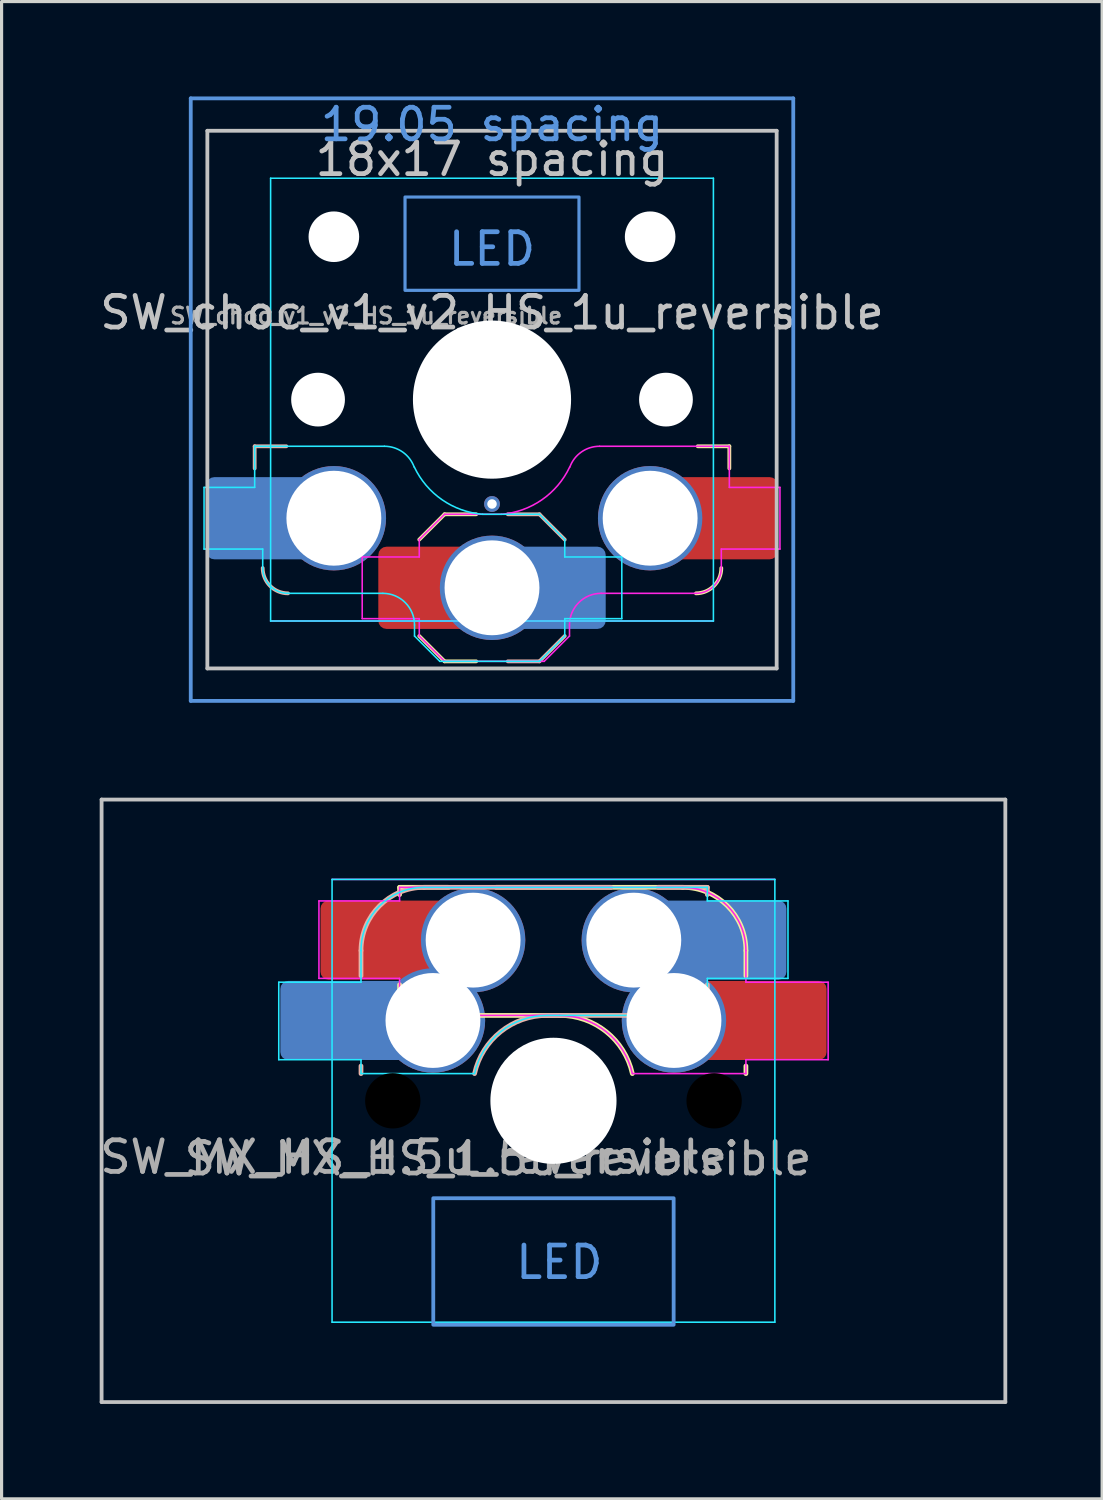
<source format=kicad_pcb>
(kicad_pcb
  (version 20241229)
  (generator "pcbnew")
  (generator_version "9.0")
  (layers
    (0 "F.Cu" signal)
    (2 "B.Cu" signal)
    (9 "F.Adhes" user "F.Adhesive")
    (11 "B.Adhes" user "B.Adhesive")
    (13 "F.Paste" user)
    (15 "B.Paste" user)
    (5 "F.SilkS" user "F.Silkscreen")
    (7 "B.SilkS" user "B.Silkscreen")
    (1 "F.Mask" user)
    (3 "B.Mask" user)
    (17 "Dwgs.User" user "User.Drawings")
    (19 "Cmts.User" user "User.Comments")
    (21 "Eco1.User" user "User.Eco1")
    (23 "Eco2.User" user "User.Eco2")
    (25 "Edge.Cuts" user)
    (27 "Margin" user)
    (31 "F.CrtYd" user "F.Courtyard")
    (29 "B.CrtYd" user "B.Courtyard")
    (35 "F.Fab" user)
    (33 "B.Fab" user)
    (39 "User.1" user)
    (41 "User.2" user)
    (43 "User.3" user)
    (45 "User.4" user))
  (footprint "SW_MX_HS_1.5u_reversible"
    (layer "F.Cu")
    (at 14.449 31.755)
    (property "Reference" "SW_MX_HS_1.5u_reversible" (at -4.42 1.778 0) (layer "F.Fab") (effects (font (size 1 1) (thickness 0.15))))
    (attr smd)
    (fp_line (start -4.865 -6.75) (end -4.865 -6.52) (stroke (width 0.15) (type solid)) (layer "F.SilkS"))
    (fp_line (start -4.865 -3.67) (end -4.865 -3.2) (stroke (width 0.15) (type solid)) (layer "F.SilkS"))
    (fp_line (start -4.365 -2.7) (end 0.2 -2.7) (stroke (width 0.15) (type solid)) (layer "F.SilkS"))
    (fp_line (start -3.315 -6.75) (end -4.865 -6.75) (stroke (width 0.15) (type solid)) (layer "F.SilkS"))
    (fp_line (start 4.085 -6.75) (end -1.815 -6.75) (stroke (width 0.15) (type solid)) (layer "F.SilkS"))
    (fp_line (start 6.085 -3.95) (end 6.085 -4.75) (stroke (width 0.15) (type solid)) (layer "F.SilkS"))
    (fp_line (start 6.085 -1.1) (end 6.085 -0.86) (stroke (width 0.15) (type solid)) (layer "F.SilkS"))
    (fp_arc (start -4.364824 -2.70022) (mid -4.718377 -2.846667) (end -4.864824 -3.20022) (stroke (width 0.15) (type solid)) (layer "F.SilkS"))
    (fp_arc (start 0.2 -2.70022) (mid 1.670693 -2.183637) (end 2.494322 -0.86022) (stroke (width 0.15) (type solid)) (layer "F.SilkS"))
    (fp_arc (start 4.085176 -6.75022) (mid 5.49939 -6.164434) (end 6.085176 -4.75022) (stroke (width 0.15) (type solid)) (layer "F.SilkS"))
    (fp_line (start -6.085 -3.95) (end -6.085 -4.75) (stroke (width 0.15) (type solid)) (layer "B.SilkS"))
    (fp_line (start -6.085 -1.1) (end -6.085 -0.86) (stroke (width 0.15) (type solid)) (layer "B.SilkS"))
    (fp_line (start -4.085 -6.75) (end 1.815 -6.75) (stroke (width 0.15) (type solid)) (layer "B.SilkS"))
    (fp_line (start 3.315 -6.75) (end 4.865 -6.75) (stroke (width 0.15) (type solid)) (layer "B.SilkS"))
    (fp_line (start 4.365 -2.7) (end -0.2 -2.7) (stroke (width 0.15) (type solid)) (layer "B.SilkS"))
    (fp_line (start 4.865 -6.75) (end 4.865 -6.52) (stroke (width 0.15) (type solid)) (layer "B.SilkS"))
    (fp_line (start 4.865 -3.67) (end 4.865 -3.2) (stroke (width 0.15) (type solid)) (layer "B.SilkS"))
    (fp_arc (start -6.085176 -4.75022) (mid -5.499392 -6.164436) (end -4.085176 -6.75022) (stroke (width 0.15) (type solid)) (layer "B.SilkS"))
    (fp_arc (start -2.494322 -0.86022) (mid -1.670693 -2.183637) (end -0.2 -2.70022) (stroke (width 0.15) (type solid)) (layer "B.SilkS"))
    (fp_arc (start 4.864824 -3.20022) (mid 4.718377 -2.846667) (end 4.364824 -2.70022) (stroke (width 0.15) (type solid)) (layer "B.SilkS"))
    (fp_line (start -14.287 -9.525) (end 14.287 -9.525) (stroke (width 0.12) (type solid)) (layer "Dwgs.User"))
    (fp_line (start -14.287 9.525) (end -14.287 -9.525) (stroke (width 0.12) (type solid)) (layer "Dwgs.User"))
    (fp_line (start 14.287 -9.525) (end 14.287 9.525) (stroke (width 0.12) (type solid)) (layer "Dwgs.User"))
    (fp_line (start 14.287 9.525) (end -14.287 9.525) (stroke (width 0.12) (type solid)) (layer "Dwgs.User"))
    (fp_rect (start -3.8 3.08) (end 3.8 7.08) (stroke (width 0.12) (type default)) (fill no) (layer "Cmts.User"))
    (fp_rect (start -7 -7) (end 7 7) (stroke (width 0.12) (type default)) (fill no) (layer "Eco1.User"))
    (fp_line (start -7 -6.5) (end -7 6.5) (stroke (width 0.05) (type solid)) (layer "Eco2.User"))
    (fp_line (start -6.5 -7) (end 6.5 -7) (stroke (width 0.05) (type solid)) (layer "Eco2.User"))
    (fp_line (start -6.5 7) (end 6.5 7) (stroke (width 0.05) (type solid)) (layer "Eco2.User"))
    (fp_line (start 6.5 -7) (end -6.5 -7) (stroke (width 0.05) (type solid)) (layer "Eco2.User"))
    (fp_line (start 7 6.5) (end 7 -6.5) (stroke (width 0.05) (type solid)) (layer "Eco2.User"))
    (fp_arc (start -7 -6.5) (mid -6.853553 -6.853553) (end -6.5 -7) (stroke (width 0.05) (type solid)) (layer "Eco2.User"))
    (fp_arc (start -7 -6.5) (mid -6.853553 -6.853553) (end -6.5 -7) (stroke (width 0.05) (type solid)) (layer "Eco2.User"))
    (fp_arc (start -6.497236 6.998884) (mid -6.850789 6.852437) (end -6.997236 6.498884) (stroke (width 0.05) (type solid)) (layer "Eco2.User"))
    (fp_arc (start 6.5 -7) (mid 6.853553 -6.853553) (end 7 -6.5) (stroke (width 0.05) (type solid)) (layer "Eco2.User"))
    (fp_arc (start 6.5 -7) (mid 6.853553 -6.853553) (end 7 -6.5) (stroke (width 0.05) (type solid)) (layer "Eco2.User"))
    (fp_arc (start 7 6.5) (mid 6.853553 6.853553) (end 6.5 7) (stroke (width 0.05) (type solid)) (layer "Eco2.User"))
    (fp_line (start -8.685 -3.75) (end -8.685 -1.3) (stroke (width 0.05) (type solid)) (layer "B.CrtYd"))
    (fp_line (start -8.685 -1.3) (end -6.085 -1.3) (stroke (width 0.05) (type solid)) (layer "B.CrtYd"))
    (fp_line (start -7 -7) (end 7 -7) (stroke (width 0.05) (type solid)) (layer "B.CrtYd"))
    (fp_line (start -7 7) (end -7 -7) (stroke (width 0.05) (type solid)) (layer "B.CrtYd"))
    (fp_line (start -6.085 -3.75) (end -8.685 -3.75) (stroke (width 0.05) (type solid)) (layer "B.CrtYd"))
    (fp_line (start -6.085 -3.75) (end -6.085 -4.75) (stroke (width 0.05) (type solid)) (layer "B.CrtYd"))
    (fp_line (start -6.085 -1.3) (end -6.085 -0.86) (stroke (width 0.05) (type solid)) (layer "B.CrtYd"))
    (fp_line (start -6.085 -0.86) (end -2.494 -0.86) (stroke (width 0.05) (type solid)) (layer "B.CrtYd"))
    (fp_line (start -4.085 -6.75) (end 4.865 -6.75) (stroke (width 0.05) (type solid)) (layer "B.CrtYd"))
    (fp_line (start 4.865 -6.75) (end 4.865 -6.32) (stroke (width 0.05) (type solid)) (layer "B.CrtYd"))
    (fp_line (start 4.865 -3.87) (end 4.865 -2.7) (stroke (width 0.05) (type solid)) (layer "B.CrtYd"))
    (fp_line (start 4.865 -3.87) (end 7.415 -3.87) (stroke (width 0.05) (type solid)) (layer "B.CrtYd"))
    (fp_line (start 4.865 -2.7) (end -0.2 -2.7) (stroke (width 0.05) (type solid)) (layer "B.CrtYd"))
    (fp_line (start 7 -7) (end 7 7) (stroke (width 0.05) (type solid)) (layer "B.CrtYd"))
    (fp_line (start 7 7) (end -7 7) (stroke (width 0.05) (type solid)) (layer "B.CrtYd"))
    (fp_line (start 7.415 -6.32) (end 4.865 -6.32) (stroke (width 0.05) (type solid)) (layer "B.CrtYd"))
    (fp_line (start 7.415 -3.87) (end 7.415 -6.32) (stroke (width 0.05) (type solid)) (layer "B.CrtYd"))
    (fp_arc (start -6.085176 -4.75022) (mid -5.499392 -6.164436) (end -4.085176 -6.75022) (stroke (width 0.05) (type solid)) (layer "B.CrtYd"))
    (fp_arc (start -2.494322 -0.86022) (mid -1.670502 -2.183399) (end -0.2 -2.70022) (stroke (width 0.05) (type solid)) (layer "B.CrtYd"))
    (fp_line (start -7.415 -6.32) (end -4.865 -6.32) (stroke (width 0.05) (type solid)) (layer "F.CrtYd"))
    (fp_line (start -7.415 -3.87) (end -7.415 -6.32) (stroke (width 0.05) (type solid)) (layer "F.CrtYd"))
    (fp_line (start -4.865 -6.75) (end -4.865 -6.32) (stroke (width 0.05) (type solid)) (layer "F.CrtYd"))
    (fp_line (start -4.865 -3.87) (end -7.415 -3.87) (stroke (width 0.05) (type solid)) (layer "F.CrtYd"))
    (fp_line (start -4.865 -3.87) (end -4.865 -2.7) (stroke (width 0.05) (type solid)) (layer "F.CrtYd"))
    (fp_line (start -4.865 -2.7) (end 0.2 -2.7) (stroke (width 0.05) (type solid)) (layer "F.CrtYd"))
    (fp_line (start 4.085 -6.75) (end -4.865 -6.75) (stroke (width 0.05) (type solid)) (layer "F.CrtYd"))
    (fp_line (start 6.085 -3.75) (end 6.085 -4.75) (stroke (width 0.05) (type solid)) (layer "F.CrtYd"))
    (fp_line (start 6.085 -3.75) (end 8.685 -3.75) (stroke (width 0.05) (type solid)) (layer "F.CrtYd"))
    (fp_line (start 6.085 -1.3) (end 6.085 -0.86) (stroke (width 0.05) (type solid)) (layer "F.CrtYd"))
    (fp_line (start 6.085 -0.86) (end 2.494 -0.86) (stroke (width 0.05) (type solid)) (layer "F.CrtYd"))
    (fp_line (start 7 -7) (end -7 -7) (stroke (width 0.05) (type solid)) (layer "F.CrtYd"))
    (fp_line (start 8.685 -3.75) (end 8.685 -1.3) (stroke (width 0.05) (type solid)) (layer "F.CrtYd"))
    (fp_line (start 8.685 -1.3) (end 6.085 -1.3) (stroke (width 0.05) (type solid)) (layer "F.CrtYd"))
    (fp_arc (start 0.2 -2.70022) (mid 1.670503 -2.183399) (end 2.494322 -0.86022) (stroke (width 0.05) (type solid)) (layer "F.CrtYd"))
    (fp_arc (start 4.085176 -6.75022) (mid 5.49939 -6.164434) (end 6.085176 -4.75022) (stroke (width 0.05) (type solid)) (layer "F.CrtYd"))
    (fp_text user "LED" (at -1.27 5.69 0) (unlocked yes) (layer "Cmts.User") (effects (font (size 1 1) (thickness 0.15)) (justify left bottom)))
    (fp_text user "${REFERENCE}" (at -1.753 1.829 0) (layer "F.Fab") (effects (font (size 1 1) (thickness 0.15))))
    (pad "" np_thru_hole circle (at -5.08 0) (size 1.75 1.75) (drill 1.75) (layers "*.Mask"))
    (pad "" np_thru_hole circle (at 0 0) (size 3.988 3.988) (drill 3.988) (layers "*.Cu" "*.Mask"))
    (pad "" np_thru_hole circle (at 5.08 0) (size 1.75 1.75) (drill 1.75) (layers "*.Mask"))
    (pad "1" thru_hole circle (at 2.54 -5.08) (size 3.3 3.3) (drill 3) (layers "*.Cu" "*.Mask"))
    (pad "1" thru_hole circle (at 3.81 -2.54) (size 3.3 3.3) (drill 3) (layers "*.Cu" "*.Mask"))
    (pad "1" smd roundrect (at 5.265 -5.08) (size 4.2 2.5) (layers "B.Cu" "B.Mask" "B.Paste") (roundrect_rratio 0.1))
    (pad "1" smd roundrect (at 6.535 -2.54) (size 4.2 2.5) (layers "F.Cu" "F.Mask" "F.Paste") (roundrect_rratio 0.1))
    (pad "2" smd roundrect (at -6.535 -2.54) (size 4.2 2.5) (layers "B.Cu" "B.Mask" "B.Paste") (roundrect_rratio 0.1))
    (pad "2" smd roundrect (at -5.265 -5.08) (size 4.2 2.5) (layers "F.Cu" "F.Mask" "F.Paste") (roundrect_rratio 0.1))
    (pad "2" thru_hole circle (at -3.81 -2.54) (size 3.3 3.3) (drill 3) (layers "*.Cu" "*.Mask"))
    (pad "2" thru_hole circle (at -2.54 -5.08) (size 3.3 3.3) (drill 3) (layers "*.Cu" "*.Mask")))
  (footprint "SW_choc_v1_v2_HS_1u_reversible"
    (layer "F.Cu")
    (at 12.506 9.585)
    (property "Reference" "SW_choc_v1_v2_HS_1u_reversible" (at 0 -2.75 180) (layer "Dwgs.User") (effects (font (size 1 1) (thickness 0.15))))
    (attr smd)
    (fp_line (start -2.3 7.475) (end -1.5 8.275) (stroke (width 0.12) (type solid)) (layer "F.SilkS"))
    (fp_line (start -1.5 3.625) (end -2.3 4.425) (stroke (width 0.12) (type solid)) (layer "F.SilkS"))
    (fp_line (start -1.5 3.625) (end -0.5 3.625) (stroke (width 0.12) (type solid)) (layer "F.SilkS"))
    (fp_line (start -1.5 8.275) (end -0.5 8.275) (stroke (width 0.12) (type solid)) (layer "F.SilkS"))
    (fp_line (start 7.504 1.475) (end 6.504 1.475) (stroke (width 0.12) (type solid)) (layer "F.SilkS"))
    (fp_line (start 7.504 1.475) (end 7.504 2.175) (stroke (width 0.12) (type solid)) (layer "F.SilkS"))
    (fp_arc (start 7.25 5.325) (mid 7.015685 5.890685) (end 6.45 6.125) (stroke (width 0.12) (type solid)) (layer "F.SilkS"))
    (fp_line (start -7.504 1.475) (end -7.504 2.175) (stroke (width 0.12) (type solid)) (layer "B.SilkS"))
    (fp_line (start -7.504 1.475) (end -6.504 1.475) (stroke (width 0.12) (type solid)) (layer "B.SilkS"))
    (fp_line (start 1.5 3.625) (end 0.5 3.625) (stroke (width 0.12) (type solid)) (layer "B.SilkS"))
    (fp_line (start 1.5 3.625) (end 2.3 4.425) (stroke (width 0.12) (type solid)) (layer "B.SilkS"))
    (fp_line (start 1.5 8.275) (end 0.5 8.275) (stroke (width 0.12) (type solid)) (layer "B.SilkS"))
    (fp_line (start 2.3 7.475) (end 1.5 8.275) (stroke (width 0.12) (type solid)) (layer "B.SilkS"))
    (fp_arc (start -6.45 6.125) (mid -7.015685 5.890685) (end -7.25 5.325) (stroke (width 0.12) (type solid)) (layer "B.SilkS"))
    (fp_line (start -9 -8.5) (end 9 -8.5) (stroke (width 0.12) (type solid)) (layer "Dwgs.User"))
    (fp_line (start -9 8.5) (end -9 -8.5) (stroke (width 0.12) (type solid)) (layer "Dwgs.User"))
    (fp_line (start 9 -8.5) (end 9 8.5) (stroke (width 0.12) (type solid)) (layer "Dwgs.User"))
    (fp_line (start 9 8.5) (end -9 8.5) (stroke (width 0.12) (type solid)) (layer "Dwgs.User"))
    (fp_line (start -9.525 -9.525) (end -9.525 9.525) (stroke (width 0.12) (type solid)) (layer "Cmts.User"))
    (fp_line (start -9.525 9.525) (end 9.525 9.525) (stroke (width 0.12) (type solid)) (layer "Cmts.User"))
    (fp_line (start 9.525 -9.525) (end -9.525 -9.525) (stroke (width 0.12) (type solid)) (layer "Cmts.User"))
    (fp_line (start 9.525 9.525) (end 9.525 -9.525) (stroke (width 0.12) (type solid)) (layer "Cmts.User"))
    (fp_rect (start -2.75 -6.405) (end 2.75 -3.455) (stroke (width 0.1) (type default)) (fill no) (layer "Cmts.User"))
    (fp_line (start -6.95 6.45) (end -6.95 -6.45) (stroke (width 0.05) (type solid)) (layer "Eco2.User"))
    (fp_line (start -6.45 -6.95) (end 6.45 -6.95) (stroke (width 0.05) (type solid)) (layer "Eco2.User"))
    (fp_line (start 6.45 6.95) (end -6.45 6.95) (stroke (width 0.05) (type solid)) (layer "Eco2.User"))
    (fp_line (start 6.95 -6.45) (end 6.95 6.45) (stroke (width 0.05) (type solid)) (layer "Eco2.User"))
    (fp_arc (start -6.95 -6.45) (mid -6.803553 -6.803553) (end -6.45 -6.95) (stroke (width 0.05) (type solid)) (layer "Eco2.User"))
    (fp_arc (start -6.45 6.95) (mid -6.803553 6.803553) (end -6.95 6.45) (stroke (width 0.05) (type solid)) (layer "Eco2.User"))
    (fp_arc (start 6.45 -6.95) (mid 6.803553 -6.803553) (end 6.95 -6.45) (stroke (width 0.05) (type solid)) (layer "Eco2.User"))
    (fp_arc (start 6.95 6.45) (mid 6.803553 6.803553) (end 6.45 6.95) (stroke (width 0.05) (type solid)) (layer "Eco2.User"))
    (fp_line (start -9.104 2.775) (end -7.504 2.775) (stroke (width 0.05) (type solid)) (layer "B.CrtYd"))
    (fp_line (start -9.104 4.725) (end -9.104 2.775) (stroke (width 0.05) (type solid)) (layer "B.CrtYd"))
    (fp_line (start -7.504 1.475) (end -7.504 2.175) (stroke (width 0.05) (type solid)) (layer "B.CrtYd"))
    (fp_line (start -7.504 1.475) (end -3.4 1.475) (stroke (width 0.05) (type solid)) (layer "B.CrtYd"))
    (fp_line (start -7.504 2.175) (end -7.504 2.775) (stroke (width 0.05) (type solid)) (layer "B.CrtYd"))
    (fp_line (start -7.25 4.725) (end -9.104 4.725) (stroke (width 0.05) (type solid)) (layer "B.CrtYd"))
    (fp_line (start -7.25 5.325) (end -7.25 4.725) (stroke (width 0.05) (type solid)) (layer "B.CrtYd"))
    (fp_line (start -7 -7) (end 7 -7) (stroke (width 0.05) (type solid)) (layer "B.CrtYd"))
    (fp_line (start -7 7) (end -7 -7) (stroke (width 0.05) (type solid)) (layer "B.CrtYd"))
    (fp_line (start -3.45 6.125) (end -6.45 6.125) (stroke (width 0.05) (type solid)) (layer "B.CrtYd"))
    (fp_line (start -2.45 7.475) (end -2.45 7.125) (stroke (width 0.05) (type solid)) (layer "B.CrtYd"))
    (fp_line (start -2.45 7.475) (end -1.65 8.275) (stroke (width 0.05) (type solid)) (layer "B.CrtYd"))
    (fp_line (start 1.5 3.625) (end -0.3 3.625) (stroke (width 0.05) (type solid)) (layer "B.CrtYd"))
    (fp_line (start 1.5 3.625) (end 2.3 4.425) (stroke (width 0.05) (type solid)) (layer "B.CrtYd"))
    (fp_line (start 1.5 8.275) (end -1.65 8.275) (stroke (width 0.05) (type solid)) (layer "B.CrtYd"))
    (fp_line (start 2.3 4.975) (end 2.3 4.425) (stroke (width 0.05) (type solid)) (layer "B.CrtYd"))
    (fp_line (start 2.3 7.475) (end 1.5 8.275) (stroke (width 0.05) (type solid)) (layer "B.CrtYd"))
    (fp_line (start 2.3 7.475) (end 2.3 6.925) (stroke (width 0.05) (type solid)) (layer "B.CrtYd"))
    (fp_line (start 4.104 4.975) (end 2.3 4.975) (stroke (width 0.05) (type solid)) (layer "B.CrtYd"))
    (fp_line (start 4.104 4.975) (end 4.104 6.925) (stroke (width 0.05) (type solid)) (layer "B.CrtYd"))
    (fp_line (start 4.104 6.925) (end 2.3 6.925) (stroke (width 0.05) (type solid)) (layer "B.CrtYd"))
    (fp_line (start 7 -7) (end 7 7) (stroke (width 0.05) (type solid)) (layer "B.CrtYd"))
    (fp_line (start 7 7) (end -7 7) (stroke (width 0.05) (type solid)) (layer "B.CrtYd"))
    (fp_arc (start -6.45 6.125) (mid -7.015685 5.890685) (end -7.25 5.325) (stroke (width 0.05) (type solid)) (layer "B.CrtYd"))
    (fp_arc (start -3.45 6.125) (mid -2.742893 6.417893) (end -2.45 7.125) (stroke (width 0.05) (type solid)) (layer "B.CrtYd"))
    (fp_arc (start -3.4 1.475) (mid -2.826423 1.655848) (end -2.460307 2.13298) (stroke (width 0.05) (type solid)) (layer "B.CrtYd"))
    (fp_arc (start -0.299999 3.624999) (mid -1.577272 3.167235) (end -2.455444 2.13293) (stroke (width 0.05) (type solid)) (layer "B.CrtYd"))
    (fp_line (start -7 7) (end 7 7) (stroke (width 0.05) (type solid)) (layer "F.CrtYd"))
    (fp_line (start -4.104 4.975) (end -4.104 6.925) (stroke (width 0.05) (type solid)) (layer "F.CrtYd"))
    (fp_line (start -4.104 4.975) (end -2.3 4.975) (stroke (width 0.05) (type solid)) (layer "F.CrtYd"))
    (fp_line (start -4.104 6.925) (end -2.3 6.925) (stroke (width 0.05) (type solid)) (layer "F.CrtYd"))
    (fp_line (start -2.3 4.975) (end -2.3 4.425) (stroke (width 0.05) (type solid)) (layer "F.CrtYd"))
    (fp_line (start -2.3 7.475) (end -2.3 6.925) (stroke (width 0.05) (type solid)) (layer "F.CrtYd"))
    (fp_line (start -2.3 7.475) (end -1.5 8.275) (stroke (width 0.05) (type solid)) (layer "F.CrtYd"))
    (fp_line (start -1.5 3.625) (end -2.3 4.425) (stroke (width 0.05) (type solid)) (layer "F.CrtYd"))
    (fp_line (start -1.5 3.625) (end 0.3 3.625) (stroke (width 0.05) (type solid)) (layer "F.CrtYd"))
    (fp_line (start -1.5 8.275) (end 1.65 8.275) (stroke (width 0.05) (type solid)) (layer "F.CrtYd"))
    (fp_line (start 2.45 7.475) (end 1.65 8.275) (stroke (width 0.05) (type solid)) (layer "F.CrtYd"))
    (fp_line (start 2.45 7.475) (end 2.45 7.125) (stroke (width 0.05) (type solid)) (layer "F.CrtYd"))
    (fp_line (start 3.45 6.125) (end 6.45 6.125) (stroke (width 0.05) (type solid)) (layer "F.CrtYd"))
    (fp_line (start 7.25 4.725) (end 9.104 4.725) (stroke (width 0.05) (type solid)) (layer "F.CrtYd"))
    (fp_line (start 7.25 5.325) (end 7.25 4.725) (stroke (width 0.05) (type solid)) (layer "F.CrtYd"))
    (fp_line (start 7.504 1.475) (end 3.4 1.475) (stroke (width 0.05) (type solid)) (layer "F.CrtYd"))
    (fp_line (start 7.504 1.475) (end 7.504 2.175) (stroke (width 0.05) (type solid)) (layer "F.CrtYd"))
    (fp_line (start 7.504 2.175) (end 7.504 2.775) (stroke (width 0.05) (type solid)) (layer "F.CrtYd"))
    (fp_line (start 9.104 2.775) (end 7.504 2.775) (stroke (width 0.05) (type solid)) (layer "F.CrtYd"))
    (fp_line (start 9.104 4.725) (end 9.104 2.775) (stroke (width 0.05) (type solid)) (layer "F.CrtYd"))
    (fp_arc (start 2.45 7.125) (mid 2.742893 6.417893) (end 3.45 6.125) (stroke (width 0.05) (type solid)) (layer "F.CrtYd"))
    (fp_arc (start 2.455444 2.13293) (mid 1.577272 3.167235) (end 0.299999 3.624999) (stroke (width 0.05) (type solid)) (layer "F.CrtYd"))
    (fp_arc (start 2.460307 2.13298) (mid 2.826423 1.655848) (end 3.4 1.475) (stroke (width 0.05) (type solid)) (layer "F.CrtYd"))
    (fp_arc (start 7.25 5.325) (mid 7.015685 5.890685) (end 6.45 6.125) (stroke (width 0.05) (type solid)) (layer "F.CrtYd"))
    (fp_text user "18x17 spacing" (at 0 -7.6 180) (layer "Dwgs.User") (effects (font (size 1 1) (thickness 0.15))))
    (fp_text user "LED" (at 0 -4.763 0) (unlocked yes) (layer "Cmts.User") (effects (font (size 1 1) (thickness 0.15))))
    (fp_text user "19.05 spacing" (at 0 -8.7 180) (layer "Cmts.User") (effects (font (size 1 1) (thickness 0.15))))
    (fp_text user "${REFERENCE}" (at -3.98 -2.65 0) (layer "F.Fab") (effects (font (size 0.5 0.5) (thickness 0.1))))
    (pad "" np_thru_hole circle (at -5.5 0 180) (size 1.7 1.7) (drill 1.7) (layers "*.Cu" "*.Mask"))
    (pad "" np_thru_hole circle (at -5 -5.15 180) (size 1.6 1.6) (drill 1.6) (layers "*.Cu" "*.Mask"))
    (pad "" np_thru_hole circle (at 0 0 180) (size 5 5) (drill 5) (layers "*.Cu" "*.Mask"))
    (pad "" np_thru_hole circle (at 5 -5.15 180) (size 1.6 1.6) (drill 1.6) (layers "*.Cu" "*.Mask"))
    (pad "" np_thru_hole circle (at 5.5 0 180) (size 1.7 1.7) (drill 1.7) (layers "*.Cu" "*.Mask"))
    (pad "1" smd roundrect (at -7.112 3.75) (size 3.85 2.6) (layers "B.Cu" "B.Mask" "B.Paste") (roundrect_rratio 0.1))
    (pad "1" thru_hole circle (at -5 3.75) (size 3.3 3.3) (drill 3) (layers "*.Cu" "B.Mask"))
    (pad "1" thru_hole circle (at 0 3.3) (size 0.5 0.5) (drill 0.3) (layers "*.Cu" "*.Mask"))
    (pad "1" thru_hole circle (at 5 3.75) (size 3.3 3.3) (drill 3) (layers "*.Cu" "F.Mask"))
    (pad "1" smd roundrect (at 7.112 3.75) (size 3.85 2.6) (layers "F.Cu" "F.Mask" "F.Paste") (roundrect_rratio 0.1))
    (pad "2" smd roundrect (at -2.045 5.95) (size 3.1 2.6) (layers "F.Cu" "F.Mask" "F.Paste") (roundrect_rratio 0.1))
    (pad "2" thru_hole circle (at 0 5.95) (size 3.3 3.3) (drill 3) (layers "*.Cu" "B.Mask"))
    (pad "2" smd roundrect (at 2.045 5.95) (size 3.1 2.6) (layers "B.Cu" "B.Mask" "B.Paste") (roundrect_rratio 0.1)))
  (gr_rect
    (start -3 -3)
    (end 31.797 44.34)
    (stroke (width 0.1) (type default))
    (fill no)
    (layer "Edge.Cuts")))
</source>
